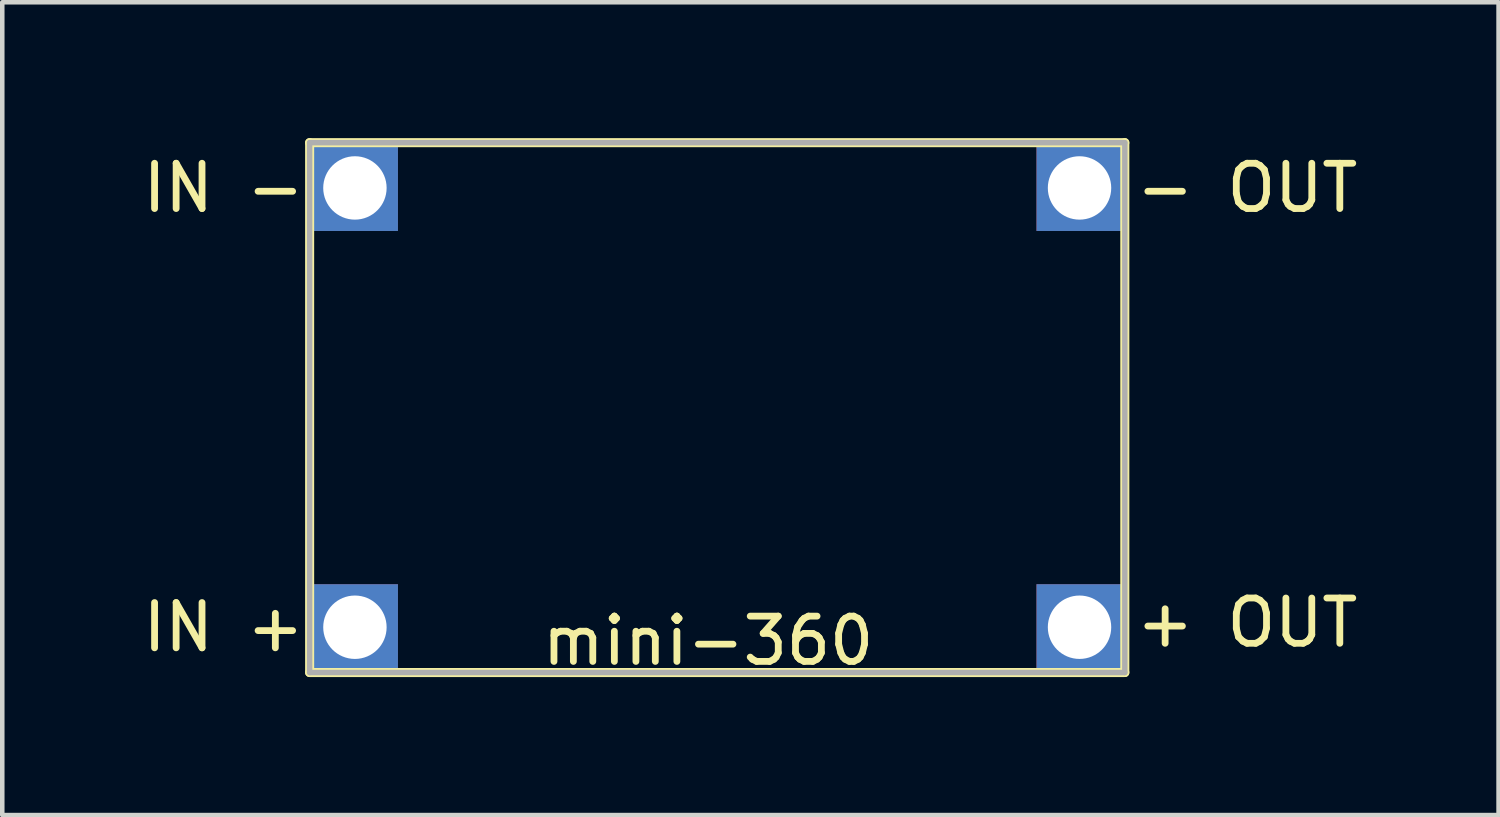
<source format=kicad_pcb>
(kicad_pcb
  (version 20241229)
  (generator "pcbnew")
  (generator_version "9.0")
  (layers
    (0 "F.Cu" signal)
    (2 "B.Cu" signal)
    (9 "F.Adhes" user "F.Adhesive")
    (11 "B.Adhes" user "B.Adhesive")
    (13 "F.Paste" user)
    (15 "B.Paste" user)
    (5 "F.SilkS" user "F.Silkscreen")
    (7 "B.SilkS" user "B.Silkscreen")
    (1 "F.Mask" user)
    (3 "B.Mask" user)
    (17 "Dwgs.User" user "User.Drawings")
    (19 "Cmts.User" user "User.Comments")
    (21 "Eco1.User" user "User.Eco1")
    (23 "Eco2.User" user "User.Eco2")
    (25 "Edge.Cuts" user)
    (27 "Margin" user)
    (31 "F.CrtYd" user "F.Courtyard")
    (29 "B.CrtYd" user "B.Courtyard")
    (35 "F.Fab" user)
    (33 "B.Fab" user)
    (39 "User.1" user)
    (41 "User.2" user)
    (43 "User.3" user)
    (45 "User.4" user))
  (footprint "mini-360"
    (layer "F.Cu")
    (at 12.587 5.5)
    (property "Reference" "mini-360" (at 0 5.6 0) (layer "F.SilkS") (effects (font (size 1 1) (thickness 0.15))))
    (attr through_hole)
    (fp_line (start -8.8 -5.4) (end -8.8 6.3) (stroke (width 0.2) (type solid)) (layer "F.SilkS"))
    (fp_line (start -8.8 6.3) (end 9.2 6.3) (stroke (width 0.2) (type solid)) (layer "F.SilkS"))
    (fp_line (start 9.2 -5.4) (end -8.8 -5.4) (stroke (width 0.2) (type solid)) (layer "F.SilkS"))
    (fp_line (start 9.2 6.3) (end 9.2 -5.4) (stroke (width 0.2) (type solid)) (layer "F.SilkS"))
    (fp_line (start -8.8 -5.4) (end 9.2 -5.4) (stroke (width 0.12) (type solid)) (layer "F.Fab"))
    (fp_line (start -8.8 6.3) (end -8.8 -5.4) (stroke (width 0.12) (type solid)) (layer "F.Fab"))
    (fp_line (start 9.2 -5.4) (end 9.2 6.3) (stroke (width 0.12) (type solid)) (layer "F.Fab"))
    (fp_line (start 9.2 6.3) (end -8.8 6.3) (stroke (width 0.12) (type solid)) (layer "F.Fab"))
    (fp_text user "- OUT" (at 11.9 -4.4 0) (layer "F.SilkS") (effects (font (size 1 1) (thickness 0.15))))
    (fp_text user "+ OUT" (at 11.9 5.2 0) (layer "F.SilkS") (effects (font (size 1 1) (thickness 0.15))))
    (fp_text user "IN +" (at -10.7 5.3 0) (layer "F.SilkS") (effects (font (size 1 1) (thickness 0.15))))
    (fp_text user "IN -" (at -10.7 -4.4 0) (layer "F.SilkS") (effects (font (size 1 1) (thickness 0.15))))
    (pad "1" thru_hole rect (at -7.8 -4.4) (size 1.9 1.9) (drill 1.4) (layers "*.Cu" "*.Mask"))
    (pad "2" thru_hole rect (at -7.8 5.3) (size 1.9 1.9) (drill 1.4) (layers "*.Cu" "*.Mask"))
    (pad "3" thru_hole rect (at 8.2 -4.4) (size 1.9 1.9) (drill 1.4) (layers "*.Cu" "*.Mask"))
    (pad "4" thru_hole rect (at 8.2 5.3) (size 1.9 1.9) (drill 1.4) (layers "*.Cu" "*.Mask")))
  (gr_rect
    (start -3 -3)
    (end 30.04 14.948)
    (stroke (width 0.1) (type default))
    (fill no)
    (layer "Edge.Cuts")))
</source>
